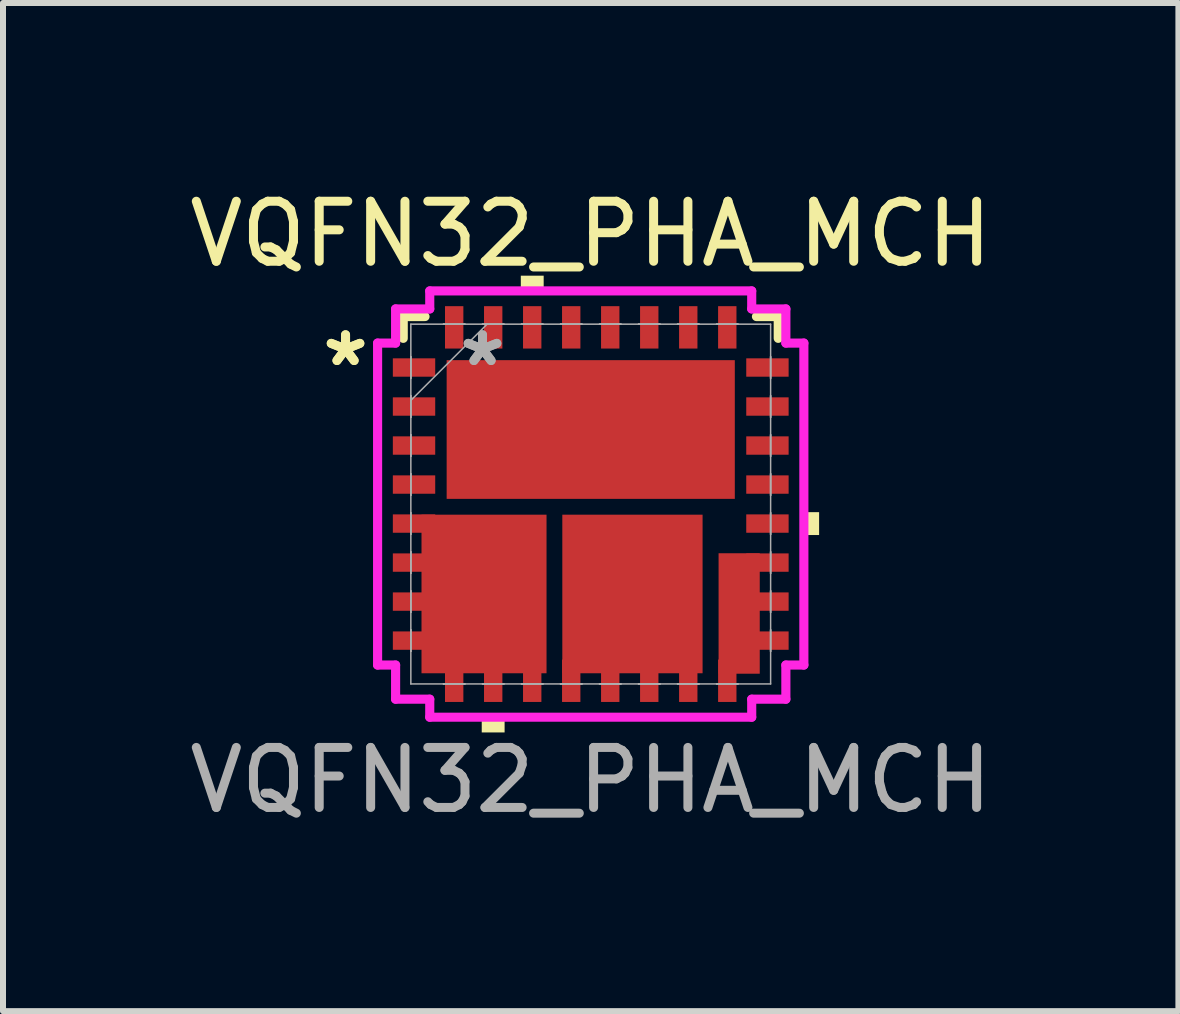
<source format=kicad_pcb>
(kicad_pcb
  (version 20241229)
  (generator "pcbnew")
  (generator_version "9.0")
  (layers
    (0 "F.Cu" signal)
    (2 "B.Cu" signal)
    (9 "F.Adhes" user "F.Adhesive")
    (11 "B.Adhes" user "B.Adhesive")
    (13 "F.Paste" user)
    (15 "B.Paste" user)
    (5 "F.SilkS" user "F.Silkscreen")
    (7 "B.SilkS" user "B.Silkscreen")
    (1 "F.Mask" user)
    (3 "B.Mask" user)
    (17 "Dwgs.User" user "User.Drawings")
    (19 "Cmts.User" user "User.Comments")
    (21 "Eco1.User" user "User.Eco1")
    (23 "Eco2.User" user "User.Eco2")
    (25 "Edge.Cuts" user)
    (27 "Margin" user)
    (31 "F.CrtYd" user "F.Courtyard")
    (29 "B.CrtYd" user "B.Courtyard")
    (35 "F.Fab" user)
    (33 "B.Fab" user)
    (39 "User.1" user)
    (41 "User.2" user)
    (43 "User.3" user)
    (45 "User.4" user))
  (footprint "VQFN32_PHA_MCH"
    (layer "F.Cu")
    (at 6.792 5.348)
    (property "Reference" "VQFN32_PHA_MCH" (at 0 -4.5 0) (unlocked yes) (layer "F.SilkS") (effects (font (size 1 1) (thickness 0.15))))
    (attr smd)
    (fp_line (start -3.124 -3.124) (end -3.124 -2.761) (stroke (width 0.152) (type solid)) (layer "F.SilkS"))
    (fp_line (start -2.761 -3.124) (end -3.124 -3.124) (stroke (width 0.152) (type solid)) (layer "F.SilkS"))
    (fp_line (start 3.124 -3.124) (end 2.761 -3.124) (stroke (width 0.152) (type solid)) (layer "F.SilkS"))
    (fp_line (start 3.124 -2.761) (end 3.124 -3.124) (stroke (width 0.152) (type solid)) (layer "F.SilkS"))
    (fp_poly (pts (xy -1.816 3.551) (xy -1.816 3.805) (xy -1.435 3.805) (xy -1.435 3.551)) (stroke (width 0) (type solid)) (fill yes) (layer "F.SilkS"))
    (fp_poly (pts (xy -1.165 -3.551) (xy -1.165 -3.805) (xy -0.784 -3.805) (xy -0.784 -3.551)) (stroke (width 0) (type solid)) (fill yes) (layer "F.SilkS"))
    (fp_poly (pts (xy 3.805 0.135) (xy 3.805 0.516) (xy 3.551 0.516) (xy 3.551 0.135)) (stroke (width 0) (type solid)) (fill yes) (layer "F.SilkS"))
    (fp_line (start -3.551 -2.682) (end -3.251 -2.682) (stroke (width 0.152) (type solid)) (layer "F.CrtYd"))
    (fp_line (start -3.551 2.682) (end -3.551 -2.682) (stroke (width 0.152) (type solid)) (layer "F.CrtYd"))
    (fp_line (start -3.251 -3.251) (end -2.682 -3.251) (stroke (width 0.152) (type solid)) (layer "F.CrtYd"))
    (fp_line (start -3.251 -2.682) (end -3.251 -3.251) (stroke (width 0.152) (type solid)) (layer "F.CrtYd"))
    (fp_line (start -3.251 2.682) (end -3.551 2.682) (stroke (width 0.152) (type solid)) (layer "F.CrtYd"))
    (fp_line (start -3.251 3.251) (end -3.251 2.682) (stroke (width 0.152) (type solid)) (layer "F.CrtYd"))
    (fp_line (start -2.682 -3.551) (end 2.682 -3.551) (stroke (width 0.152) (type solid)) (layer "F.CrtYd"))
    (fp_line (start -2.682 -3.251) (end -2.682 -3.551) (stroke (width 0.152) (type solid)) (layer "F.CrtYd"))
    (fp_line (start -2.682 3.251) (end -3.251 3.251) (stroke (width 0.152) (type solid)) (layer "F.CrtYd"))
    (fp_line (start -2.682 3.551) (end -2.682 3.251) (stroke (width 0.152) (type solid)) (layer "F.CrtYd"))
    (fp_line (start 2.682 -3.551) (end 2.682 -3.251) (stroke (width 0.152) (type solid)) (layer "F.CrtYd"))
    (fp_line (start 2.682 -3.251) (end 3.251 -3.251) (stroke (width 0.152) (type solid)) (layer "F.CrtYd"))
    (fp_line (start 2.682 3.251) (end 2.682 3.551) (stroke (width 0.152) (type solid)) (layer "F.CrtYd"))
    (fp_line (start 2.682 3.551) (end -2.682 3.551) (stroke (width 0.152) (type solid)) (layer "F.CrtYd"))
    (fp_line (start 3.251 -3.251) (end 3.251 -2.682) (stroke (width 0.152) (type solid)) (layer "F.CrtYd"))
    (fp_line (start 3.251 -2.682) (end 3.551 -2.682) (stroke (width 0.152) (type solid)) (layer "F.CrtYd"))
    (fp_line (start 3.251 2.682) (end 3.251 3.251) (stroke (width 0.152) (type solid)) (layer "F.CrtYd"))
    (fp_line (start 3.251 3.251) (end 2.682 3.251) (stroke (width 0.152) (type solid)) (layer "F.CrtYd"))
    (fp_line (start 3.551 -2.682) (end 3.551 2.682) (stroke (width 0.152) (type solid)) (layer "F.CrtYd"))
    (fp_line (start 3.551 2.682) (end 3.251 2.682) (stroke (width 0.152) (type solid)) (layer "F.CrtYd"))
    (fp_line (start -2.997 -2.997) (end -2.997 2.997) (stroke (width 0.025) (type solid)) (layer "F.Fab"))
    (fp_line (start -2.997 -2.453) (end -2.997 -2.453) (stroke (width 0.025) (type solid)) (layer "F.Fab"))
    (fp_line (start -2.997 -2.453) (end -2.997 -2.097) (stroke (width 0.025) (type solid)) (layer "F.Fab"))
    (fp_line (start -2.997 -2.097) (end -2.997 -2.453) (stroke (width 0.025) (type solid)) (layer "F.Fab"))
    (fp_line (start -2.997 -2.097) (end -2.997 -2.097) (stroke (width 0.025) (type solid)) (layer "F.Fab"))
    (fp_line (start -2.997 -1.803) (end -2.997 -1.803) (stroke (width 0.025) (type solid)) (layer "F.Fab"))
    (fp_line (start -2.997 -1.803) (end -2.997 -1.447) (stroke (width 0.025) (type solid)) (layer "F.Fab"))
    (fp_line (start -2.997 -1.727) (end -1.727 -2.997) (stroke (width 0.025) (type solid)) (layer "F.Fab"))
    (fp_line (start -2.997 -1.447) (end -2.997 -1.803) (stroke (width 0.025) (type solid)) (layer "F.Fab"))
    (fp_line (start -2.997 -1.447) (end -2.997 -1.447) (stroke (width 0.025) (type solid)) (layer "F.Fab"))
    (fp_line (start -2.997 -1.153) (end -2.997 -1.153) (stroke (width 0.025) (type solid)) (layer "F.Fab"))
    (fp_line (start -2.997 -1.153) (end -2.997 -0.797) (stroke (width 0.025) (type solid)) (layer "F.Fab"))
    (fp_line (start -2.997 -0.797) (end -2.997 -1.153) (stroke (width 0.025) (type solid)) (layer "F.Fab"))
    (fp_line (start -2.997 -0.797) (end -2.997 -0.797) (stroke (width 0.025) (type solid)) (layer "F.Fab"))
    (fp_line (start -2.997 -0.503) (end -2.997 -0.503) (stroke (width 0.025) (type solid)) (layer "F.Fab"))
    (fp_line (start -2.997 -0.503) (end -2.997 -0.147) (stroke (width 0.025) (type solid)) (layer "F.Fab"))
    (fp_line (start -2.997 -0.147) (end -2.997 -0.503) (stroke (width 0.025) (type solid)) (layer "F.Fab"))
    (fp_line (start -2.997 -0.147) (end -2.997 -0.147) (stroke (width 0.025) (type solid)) (layer "F.Fab"))
    (fp_line (start -2.997 0.147) (end -2.997 0.147) (stroke (width 0.025) (type solid)) (layer "F.Fab"))
    (fp_line (start -2.997 0.147) (end -2.997 0.503) (stroke (width 0.025) (type solid)) (layer "F.Fab"))
    (fp_line (start -2.997 0.503) (end -2.997 0.147) (stroke (width 0.025) (type solid)) (layer "F.Fab"))
    (fp_line (start -2.997 0.503) (end -2.997 0.503) (stroke (width 0.025) (type solid)) (layer "F.Fab"))
    (fp_line (start -2.997 0.797) (end -2.997 0.797) (stroke (width 0.025) (type solid)) (layer "F.Fab"))
    (fp_line (start -2.997 0.797) (end -2.997 1.153) (stroke (width 0.025) (type solid)) (layer "F.Fab"))
    (fp_line (start -2.997 1.153) (end -2.997 0.797) (stroke (width 0.025) (type solid)) (layer "F.Fab"))
    (fp_line (start -2.997 1.153) (end -2.997 1.153) (stroke (width 0.025) (type solid)) (layer "F.Fab"))
    (fp_line (start -2.997 1.447) (end -2.997 1.447) (stroke (width 0.025) (type solid)) (layer "F.Fab"))
    (fp_line (start -2.997 1.447) (end -2.997 1.803) (stroke (width 0.025) (type solid)) (layer "F.Fab"))
    (fp_line (start -2.997 1.803) (end -2.997 1.447) (stroke (width 0.025) (type solid)) (layer "F.Fab"))
    (fp_line (start -2.997 1.803) (end -2.997 1.803) (stroke (width 0.025) (type solid)) (layer "F.Fab"))
    (fp_line (start -2.997 2.097) (end -2.997 2.097) (stroke (width 0.025) (type solid)) (layer "F.Fab"))
    (fp_line (start -2.997 2.097) (end -2.997 2.453) (stroke (width 0.025) (type solid)) (layer "F.Fab"))
    (fp_line (start -2.997 2.453) (end -2.997 2.097) (stroke (width 0.025) (type solid)) (layer "F.Fab"))
    (fp_line (start -2.997 2.453) (end -2.997 2.453) (stroke (width 0.025) (type solid)) (layer "F.Fab"))
    (fp_line (start -2.997 2.997) (end 2.997 2.997) (stroke (width 0.025) (type solid)) (layer "F.Fab"))
    (fp_line (start -2.453 -2.997) (end -2.453 -2.997) (stroke (width 0.025) (type solid)) (layer "F.Fab"))
    (fp_line (start -2.453 -2.997) (end -2.097 -2.997) (stroke (width 0.025) (type solid)) (layer "F.Fab"))
    (fp_line (start -2.453 2.997) (end -2.453 2.997) (stroke (width 0.025) (type solid)) (layer "F.Fab"))
    (fp_line (start -2.453 2.997) (end -2.097 2.997) (stroke (width 0.025) (type solid)) (layer "F.Fab"))
    (fp_line (start -2.097 -2.997) (end -2.453 -2.997) (stroke (width 0.025) (type solid)) (layer "F.Fab"))
    (fp_line (start -2.097 -2.997) (end -2.097 -2.997) (stroke (width 0.025) (type solid)) (layer "F.Fab"))
    (fp_line (start -2.097 2.997) (end -2.453 2.997) (stroke (width 0.025) (type solid)) (layer "F.Fab"))
    (fp_line (start -2.097 2.997) (end -2.097 2.997) (stroke (width 0.025) (type solid)) (layer "F.Fab"))
    (fp_line (start -1.803 -2.997) (end -1.803 -2.997) (stroke (width 0.025) (type solid)) (layer "F.Fab"))
    (fp_line (start -1.803 -2.997) (end -1.447 -2.997) (stroke (width 0.025) (type solid)) (layer "F.Fab"))
    (fp_line (start -1.803 2.997) (end -1.803 2.997) (stroke (width 0.025) (type solid)) (layer "F.Fab"))
    (fp_line (start -1.803 2.997) (end -1.447 2.997) (stroke (width 0.025) (type solid)) (layer "F.Fab"))
    (fp_line (start -1.447 -2.997) (end -1.803 -2.997) (stroke (width 0.025) (type solid)) (layer "F.Fab"))
    (fp_line (start -1.447 -2.997) (end -1.447 -2.997) (stroke (width 0.025) (type solid)) (layer "F.Fab"))
    (fp_line (start -1.447 2.997) (end -1.803 2.997) (stroke (width 0.025) (type solid)) (layer "F.Fab"))
    (fp_line (start -1.447 2.997) (end -1.447 2.997) (stroke (width 0.025) (type solid)) (layer "F.Fab"))
    (fp_line (start -1.153 -2.997) (end -1.153 -2.997) (stroke (width 0.025) (type solid)) (layer "F.Fab"))
    (fp_line (start -1.153 -2.997) (end -0.797 -2.997) (stroke (width 0.025) (type solid)) (layer "F.Fab"))
    (fp_line (start -1.153 2.997) (end -1.153 2.997) (stroke (width 0.025) (type solid)) (layer "F.Fab"))
    (fp_line (start -1.153 2.997) (end -0.797 2.997) (stroke (width 0.025) (type solid)) (layer "F.Fab"))
    (fp_line (start -0.797 -2.997) (end -1.153 -2.997) (stroke (width 0.025) (type solid)) (layer "F.Fab"))
    (fp_line (start -0.797 -2.997) (end -0.797 -2.997) (stroke (width 0.025) (type solid)) (layer "F.Fab"))
    (fp_line (start -0.797 2.997) (end -1.153 2.997) (stroke (width 0.025) (type solid)) (layer "F.Fab"))
    (fp_line (start -0.797 2.997) (end -0.797 2.997) (stroke (width 0.025) (type solid)) (layer "F.Fab"))
    (fp_line (start -0.503 -2.997) (end -0.503 -2.997) (stroke (width 0.025) (type solid)) (layer "F.Fab"))
    (fp_line (start -0.503 -2.997) (end -0.147 -2.997) (stroke (width 0.025) (type solid)) (layer "F.Fab"))
    (fp_line (start -0.503 2.997) (end -0.503 2.997) (stroke (width 0.025) (type solid)) (layer "F.Fab"))
    (fp_line (start -0.503 2.997) (end -0.147 2.997) (stroke (width 0.025) (type solid)) (layer "F.Fab"))
    (fp_line (start -0.147 -2.997) (end -0.503 -2.997) (stroke (width 0.025) (type solid)) (layer "F.Fab"))
    (fp_line (start -0.147 -2.997) (end -0.147 -2.997) (stroke (width 0.025) (type solid)) (layer "F.Fab"))
    (fp_line (start -0.147 2.997) (end -0.503 2.997) (stroke (width 0.025) (type solid)) (layer "F.Fab"))
    (fp_line (start -0.147 2.997) (end -0.147 2.997) (stroke (width 0.025) (type solid)) (layer "F.Fab"))
    (fp_line (start 0.147 -2.997) (end 0.147 -2.997) (stroke (width 0.025) (type solid)) (layer "F.Fab"))
    (fp_line (start 0.147 -2.997) (end 0.503 -2.997) (stroke (width 0.025) (type solid)) (layer "F.Fab"))
    (fp_line (start 0.147 2.997) (end 0.147 2.997) (stroke (width 0.025) (type solid)) (layer "F.Fab"))
    (fp_line (start 0.147 2.997) (end 0.503 2.997) (stroke (width 0.025) (type solid)) (layer "F.Fab"))
    (fp_line (start 0.503 -2.997) (end 0.147 -2.997) (stroke (width 0.025) (type solid)) (layer "F.Fab"))
    (fp_line (start 0.503 -2.997) (end 0.503 -2.997) (stroke (width 0.025) (type solid)) (layer "F.Fab"))
    (fp_line (start 0.503 2.997) (end 0.147 2.997) (stroke (width 0.025) (type solid)) (layer "F.Fab"))
    (fp_line (start 0.503 2.997) (end 0.503 2.997) (stroke (width 0.025) (type solid)) (layer "F.Fab"))
    (fp_line (start 0.797 -2.997) (end 0.797 -2.997) (stroke (width 0.025) (type solid)) (layer "F.Fab"))
    (fp_line (start 0.797 -2.997) (end 1.153 -2.997) (stroke (width 0.025) (type solid)) (layer "F.Fab"))
    (fp_line (start 0.797 2.997) (end 0.797 2.997) (stroke (width 0.025) (type solid)) (layer "F.Fab"))
    (fp_line (start 0.797 2.997) (end 1.153 2.997) (stroke (width 0.025) (type solid)) (layer "F.Fab"))
    (fp_line (start 1.153 -2.997) (end 0.797 -2.997) (stroke (width 0.025) (type solid)) (layer "F.Fab"))
    (fp_line (start 1.153 -2.997) (end 1.153 -2.997) (stroke (width 0.025) (type solid)) (layer "F.Fab"))
    (fp_line (start 1.153 2.997) (end 0.797 2.997) (stroke (width 0.025) (type solid)) (layer "F.Fab"))
    (fp_line (start 1.153 2.997) (end 1.153 2.997) (stroke (width 0.025) (type solid)) (layer "F.Fab"))
    (fp_line (start 1.447 -2.997) (end 1.447 -2.997) (stroke (width 0.025) (type solid)) (layer "F.Fab"))
    (fp_line (start 1.447 -2.997) (end 1.803 -2.997) (stroke (width 0.025) (type solid)) (layer "F.Fab"))
    (fp_line (start 1.447 2.997) (end 1.447 2.997) (stroke (width 0.025) (type solid)) (layer "F.Fab"))
    (fp_line (start 1.447 2.997) (end 1.803 2.997) (stroke (width 0.025) (type solid)) (layer "F.Fab"))
    (fp_line (start 1.803 -2.997) (end 1.447 -2.997) (stroke (width 0.025) (type solid)) (layer "F.Fab"))
    (fp_line (start 1.803 -2.997) (end 1.803 -2.997) (stroke (width 0.025) (type solid)) (layer "F.Fab"))
    (fp_line (start 1.803 2.997) (end 1.447 2.997) (stroke (width 0.025) (type solid)) (layer "F.Fab"))
    (fp_line (start 1.803 2.997) (end 1.803 2.997) (stroke (width 0.025) (type solid)) (layer "F.Fab"))
    (fp_line (start 2.097 -2.997) (end 2.097 -2.997) (stroke (width 0.025) (type solid)) (layer "F.Fab"))
    (fp_line (start 2.097 -2.997) (end 2.453 -2.997) (stroke (width 0.025) (type solid)) (layer "F.Fab"))
    (fp_line (start 2.097 2.997) (end 2.097 2.997) (stroke (width 0.025) (type solid)) (layer "F.Fab"))
    (fp_line (start 2.097 2.997) (end 2.453 2.997) (stroke (width 0.025) (type solid)) (layer "F.Fab"))
    (fp_line (start 2.453 -2.997) (end 2.097 -2.997) (stroke (width 0.025) (type solid)) (layer "F.Fab"))
    (fp_line (start 2.453 -2.997) (end 2.453 -2.997) (stroke (width 0.025) (type solid)) (layer "F.Fab"))
    (fp_line (start 2.453 2.997) (end 2.097 2.997) (stroke (width 0.025) (type solid)) (layer "F.Fab"))
    (fp_line (start 2.453 2.997) (end 2.453 2.997) (stroke (width 0.025) (type solid)) (layer "F.Fab"))
    (fp_line (start 2.997 -2.997) (end -2.997 -2.997) (stroke (width 0.025) (type solid)) (layer "F.Fab"))
    (fp_line (start 2.997 -2.453) (end 2.997 -2.453) (stroke (width 0.025) (type solid)) (layer "F.Fab"))
    (fp_line (start 2.997 -2.453) (end 2.997 -2.097) (stroke (width 0.025) (type solid)) (layer "F.Fab"))
    (fp_line (start 2.997 -2.097) (end 2.997 -2.453) (stroke (width 0.025) (type solid)) (layer "F.Fab"))
    (fp_line (start 2.997 -2.097) (end 2.997 -2.097) (stroke (width 0.025) (type solid)) (layer "F.Fab"))
    (fp_line (start 2.997 -1.803) (end 2.997 -1.803) (stroke (width 0.025) (type solid)) (layer "F.Fab"))
    (fp_line (start 2.997 -1.803) (end 2.997 -1.447) (stroke (width 0.025) (type solid)) (layer "F.Fab"))
    (fp_line (start 2.997 -1.447) (end 2.997 -1.803) (stroke (width 0.025) (type solid)) (layer "F.Fab"))
    (fp_line (start 2.997 -1.447) (end 2.997 -1.447) (stroke (width 0.025) (type solid)) (layer "F.Fab"))
    (fp_line (start 2.997 -1.153) (end 2.997 -1.153) (stroke (width 0.025) (type solid)) (layer "F.Fab"))
    (fp_line (start 2.997 -1.153) (end 2.997 -0.797) (stroke (width 0.025) (type solid)) (layer "F.Fab"))
    (fp_line (start 2.997 -0.797) (end 2.997 -1.153) (stroke (width 0.025) (type solid)) (layer "F.Fab"))
    (fp_line (start 2.997 -0.797) (end 2.997 -0.797) (stroke (width 0.025) (type solid)) (layer "F.Fab"))
    (fp_line (start 2.997 -0.503) (end 2.997 -0.503) (stroke (width 0.025) (type solid)) (layer "F.Fab"))
    (fp_line (start 2.997 -0.503) (end 2.997 -0.147) (stroke (width 0.025) (type solid)) (layer "F.Fab"))
    (fp_line (start 2.997 -0.147) (end 2.997 -0.503) (stroke (width 0.025) (type solid)) (layer "F.Fab"))
    (fp_line (start 2.997 -0.147) (end 2.997 -0.147) (stroke (width 0.025) (type solid)) (layer "F.Fab"))
    (fp_line (start 2.997 0.147) (end 2.997 0.147) (stroke (width 0.025) (type solid)) (layer "F.Fab"))
    (fp_line (start 2.997 0.147) (end 2.997 0.503) (stroke (width 0.025) (type solid)) (layer "F.Fab"))
    (fp_line (start 2.997 0.503) (end 2.997 0.147) (stroke (width 0.025) (type solid)) (layer "F.Fab"))
    (fp_line (start 2.997 0.503) (end 2.997 0.503) (stroke (width 0.025) (type solid)) (layer "F.Fab"))
    (fp_line (start 2.997 0.797) (end 2.997 0.797) (stroke (width 0.025) (type solid)) (layer "F.Fab"))
    (fp_line (start 2.997 0.797) (end 2.997 1.153) (stroke (width 0.025) (type solid)) (layer "F.Fab"))
    (fp_line (start 2.997 1.153) (end 2.997 0.797) (stroke (width 0.025) (type solid)) (layer "F.Fab"))
    (fp_line (start 2.997 1.153) (end 2.997 1.153) (stroke (width 0.025) (type solid)) (layer "F.Fab"))
    (fp_line (start 2.997 1.447) (end 2.997 1.447) (stroke (width 0.025) (type solid)) (layer "F.Fab"))
    (fp_line (start 2.997 1.447) (end 2.997 1.803) (stroke (width 0.025) (type solid)) (layer "F.Fab"))
    (fp_line (start 2.997 1.803) (end 2.997 1.447) (stroke (width 0.025) (type solid)) (layer "F.Fab"))
    (fp_line (start 2.997 1.803) (end 2.997 1.803) (stroke (width 0.025) (type solid)) (layer "F.Fab"))
    (fp_line (start 2.997 2.097) (end 2.997 2.097) (stroke (width 0.025) (type solid)) (layer "F.Fab"))
    (fp_line (start 2.997 2.097) (end 2.997 2.453) (stroke (width 0.025) (type solid)) (layer "F.Fab"))
    (fp_line (start 2.997 2.453) (end 2.997 2.097) (stroke (width 0.025) (type solid)) (layer "F.Fab"))
    (fp_line (start 2.997 2.453) (end 2.997 2.453) (stroke (width 0.025) (type solid)) (layer "F.Fab"))
    (fp_line (start 2.997 2.997) (end 2.997 -2.997) (stroke (width 0.025) (type solid)) (layer "F.Fab"))
    (fp_text user "*" (at -4.085 -2.275 0) (unlocked yes) (layer "F.SilkS") (effects (font (size 1 1) (thickness 0.15))))
    (fp_text user "*" (at -4.085 -2.275 0) (layer "F.SilkS") (effects (font (size 1 1) (thickness 0.15))))
    (fp_text user "*" (at -1.803 -2.275 0) (unlocked yes) (layer "F.Fab") (effects (font (size 1 1) (thickness 0.15))))
    (fp_text user "*" (at -1.803 -2.275 0) (layer "F.Fab") (effects (font (size 1 1) (thickness 0.15))))
    (fp_text user "${REFERENCE}" (at 0 4.6 0) (unlocked yes) (layer "F.Fab") (effects (font (size 1 1) (thickness 0.15))))
    (pad "1" smd rect (at -2.944 -2.275 90) (size 0.306 0.706) (layers "F.Cu" "F.Mask" "F.Paste"))
    (pad "2" smd rect (at -2.944 -1.625 90) (size 0.306 0.706) (layers "F.Cu" "F.Mask" "F.Paste"))
    (pad "3" smd rect (at -2.944 -0.975 90) (size 0.306 0.706) (layers "F.Cu" "F.Mask" "F.Paste"))
    (pad "4" smd rect (at -2.944 -0.325 90) (size 0.306 0.706) (layers "F.Cu" "F.Mask" "F.Paste"))
    (pad "5" smd rect (at -2.944 0.325 90) (size 0.306 0.706) (layers "F.Cu" "F.Mask" "F.Paste"))
    (pad "5" smd rect (at -1.778 1.498) (size 2.083 2.642) (layers "F.Cu" "F.Mask" "F.Paste"))
    (pad "6" smd rect (at -2.944 0.975 90) (size 0.306 0.706) (layers "F.Cu" "F.Mask" "F.Paste"))
    (pad "7" smd rect (at -2.944 1.625 90) (size 0.306 0.706) (layers "F.Cu" "F.Mask" "F.Paste"))
    (pad "8" smd rect (at -2.944 2.275 90) (size 0.306 0.706) (layers "F.Cu" "F.Mask" "F.Paste"))
    (pad "9" smd rect (at -2.275 2.944) (size 0.306 0.706) (layers "F.Cu" "F.Mask" "F.Paste"))
    (pad "10" smd rect (at -1.625 2.944) (size 0.306 0.706) (layers "F.Cu" "F.Mask" "F.Paste"))
    (pad "11" smd rect (at -0.975 2.944) (size 0.306 0.706) (layers "F.Cu" "F.Mask" "F.Paste"))
    (pad "12" smd rect (at -0.325 2.944) (size 0.306 0.706) (layers "F.Cu" "F.Mask" "F.Paste"))
    (pad "12" smd rect (at 0.695 1.498) (size 2.337 2.642) (layers "F.Cu" "F.Mask" "F.Paste"))
    (pad "13" smd rect (at 0.325 2.944) (size 0.306 0.706) (layers "F.Cu" "F.Mask" "F.Paste"))
    (pad "14" smd rect (at 0.975 2.944) (size 0.306 0.706) (layers "F.Cu" "F.Mask" "F.Paste"))
    (pad "15" smd rect (at 1.625 2.944) (size 0.306 0.706) (layers "F.Cu" "F.Mask" "F.Paste"))
    (pad "16" smd rect (at 2.275 2.944) (size 0.306 0.706) (layers "F.Cu" "F.Mask" "F.Paste"))
    (pad "16" smd rect (at 2.473 1.823) (size 0.686 2.007) (layers "F.Cu" "F.Mask" "F.Paste"))
    (pad "17" smd rect (at 2.944 2.275 90) (size 0.306 0.706) (layers "F.Cu" "F.Mask" "F.Paste"))
    (pad "18" smd rect (at 2.944 1.625 90) (size 0.306 0.706) (layers "F.Cu" "F.Mask" "F.Paste"))
    (pad "19" smd rect (at 2.944 0.975 90) (size 0.306 0.706) (layers "F.Cu" "F.Mask" "F.Paste"))
    (pad "20" smd rect (at 2.944 0.325 90) (size 0.306 0.706) (layers "F.Cu" "F.Mask" "F.Paste"))
    (pad "21" smd rect (at 2.944 -0.325 90) (size 0.306 0.706) (layers "F.Cu" "F.Mask" "F.Paste"))
    (pad "22" smd rect (at 2.944 -0.975 90) (size 0.306 0.706) (layers "F.Cu" "F.Mask" "F.Paste"))
    (pad "23" smd rect (at 2.944 -1.625 90) (size 0.306 0.706) (layers "F.Cu" "F.Mask" "F.Paste"))
    (pad "24" smd rect (at 2.944 -2.275 90) (size 0.306 0.706) (layers "F.Cu" "F.Mask" "F.Paste"))
    (pad "25" smd rect (at 2.275 -2.944) (size 0.306 0.706) (layers "F.Cu" "F.Mask" "F.Paste"))
    (pad "26" smd rect (at 1.625 -2.944) (size 0.306 0.706) (layers "F.Cu" "F.Mask" "F.Paste"))
    (pad "27" smd rect (at 0.975 -2.944) (size 0.306 0.706) (layers "F.Cu" "F.Mask" "F.Paste"))
    (pad "28" smd rect (at 0.325 -2.944) (size 0.306 0.706) (layers "F.Cu" "F.Mask" "F.Paste"))
    (pad "29" smd rect (at -0.325 -2.944) (size 0.306 0.706) (layers "F.Cu" "F.Mask" "F.Paste"))
    (pad "30" smd rect (at -0.975 -2.944) (size 0.306 0.706) (layers "F.Cu" "F.Mask" "F.Paste"))
    (pad "31" smd rect (at -1.625 -2.944) (size 0.306 0.706) (layers "F.Cu" "F.Mask" "F.Paste"))
    (pad "32" smd rect (at -2.275 -2.944) (size 0.306 0.706) (layers "F.Cu" "F.Mask" "F.Paste"))
    (pad "33" smd rect (at 0 -1.242) (size 4.801 2.311) (layers "F.Cu" "F.Mask" "F.Paste")))
  (gr_rect
    (start -3 -3)
    (end 16.583 13.796)
    (stroke (width 0.1) (type default))
    (fill no)
    (layer "Edge.Cuts")))
</source>
